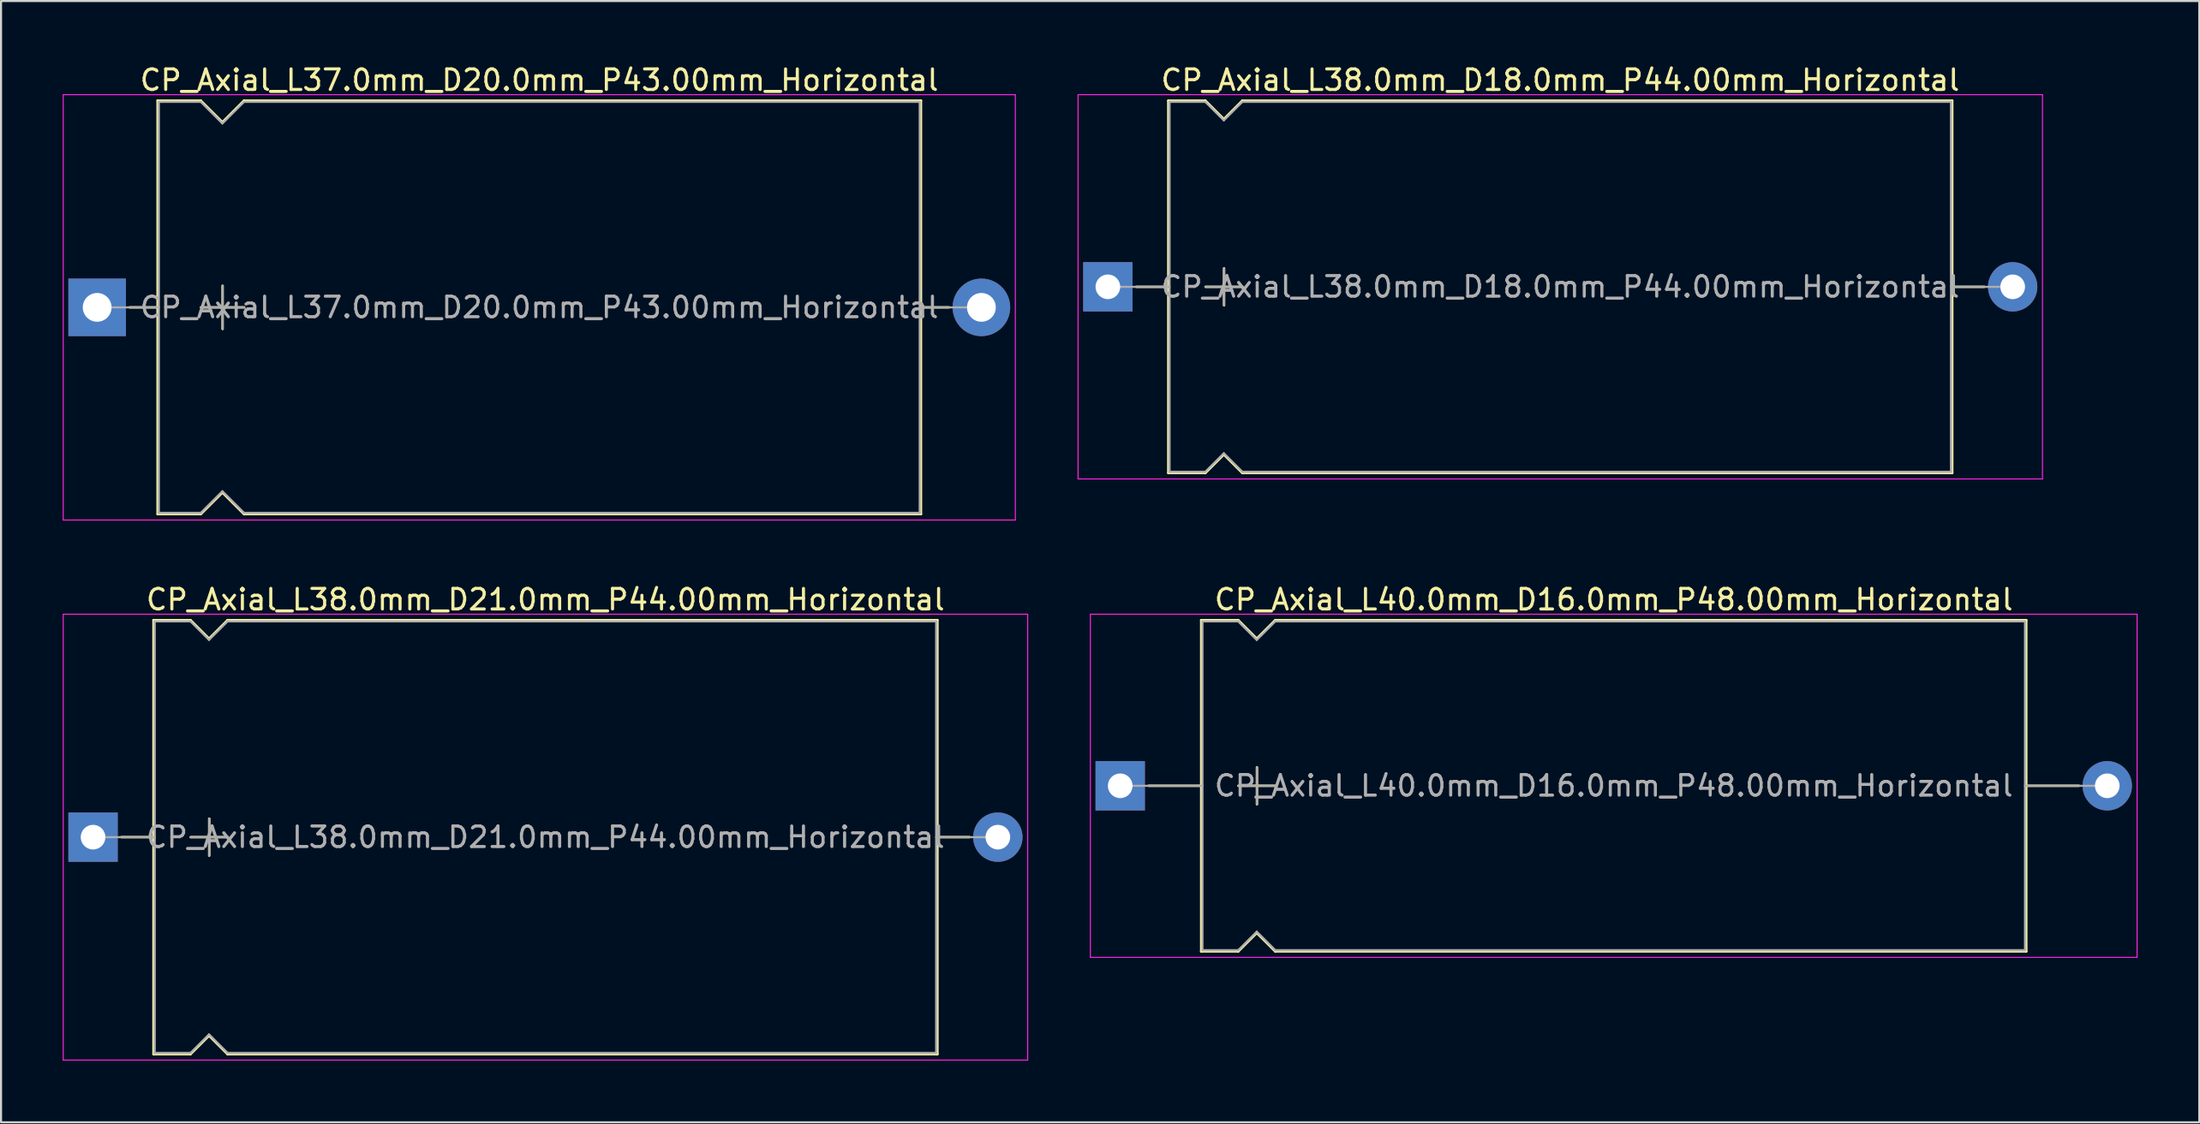
<source format=kicad_pcb>
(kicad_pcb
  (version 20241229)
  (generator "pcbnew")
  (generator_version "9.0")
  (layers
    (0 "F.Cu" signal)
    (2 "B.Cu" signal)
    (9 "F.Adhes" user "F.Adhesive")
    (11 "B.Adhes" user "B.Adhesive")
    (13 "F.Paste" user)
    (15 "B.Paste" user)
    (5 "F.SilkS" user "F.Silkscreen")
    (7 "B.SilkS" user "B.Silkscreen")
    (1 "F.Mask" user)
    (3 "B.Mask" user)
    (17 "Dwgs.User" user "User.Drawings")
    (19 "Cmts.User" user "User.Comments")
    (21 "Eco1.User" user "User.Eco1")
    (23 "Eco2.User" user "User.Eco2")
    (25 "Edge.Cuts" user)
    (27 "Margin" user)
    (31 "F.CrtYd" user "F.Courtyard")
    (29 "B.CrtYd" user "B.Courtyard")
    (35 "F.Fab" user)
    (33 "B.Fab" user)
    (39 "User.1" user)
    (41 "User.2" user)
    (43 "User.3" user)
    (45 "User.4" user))
  (footprint "CP_Axial_L37.0mm_D20.0mm_P43.00mm_Horizontal"
    (layer "F.Cu")
    (at 1.675 11.908)
    (property "Reference" "CP_Axial_L37.0mm_D20.0mm_P43.00mm_Horizontal" (at 21.5 -11.06 0) (layer "F.SilkS") (effects (font (size 1 1) (thickness 0.15))))
    (attr through_hole)
    (fp_line (start 1.58 0) (end 2.94 0) (stroke (width 0.12) (type solid)) (layer "F.SilkS"))
    (fp_line (start 2.94 -10.06) (end 2.94 10.06) (stroke (width 0.12) (type solid)) (layer "F.SilkS"))
    (fp_line (start 2.94 -10.06) (end 5.04 -10.06) (stroke (width 0.12) (type solid)) (layer "F.SilkS"))
    (fp_line (start 2.94 10.06) (end 5.04 10.06) (stroke (width 0.12) (type solid)) (layer "F.SilkS"))
    (fp_line (start 5.04 -10.06) (end 6.09 -9.01) (stroke (width 0.12) (type solid)) (layer "F.SilkS"))
    (fp_line (start 5.04 10.06) (end 6.09 9.01) (stroke (width 0.12) (type solid)) (layer "F.SilkS"))
    (fp_line (start 5.05 0) (end 7.15 0) (stroke (width 0.12) (type solid)) (layer "F.SilkS"))
    (fp_line (start 6.09 -9.01) (end 7.14 -10.06) (stroke (width 0.12) (type solid)) (layer "F.SilkS"))
    (fp_line (start 6.09 9.01) (end 7.14 10.06) (stroke (width 0.12) (type solid)) (layer "F.SilkS"))
    (fp_line (start 6.1 -1.05) (end 6.1 1.05) (stroke (width 0.12) (type solid)) (layer "F.SilkS"))
    (fp_line (start 7.14 -10.06) (end 40.06 -10.06) (stroke (width 0.12) (type solid)) (layer "F.SilkS"))
    (fp_line (start 7.14 10.06) (end 40.06 10.06) (stroke (width 0.12) (type solid)) (layer "F.SilkS"))
    (fp_line (start 40.06 -10.06) (end 40.06 10.06) (stroke (width 0.12) (type solid)) (layer "F.SilkS"))
    (fp_line (start 41.42 0) (end 40.06 0) (stroke (width 0.12) (type solid)) (layer "F.SilkS"))
    (fp_line (start -1.65 -10.35) (end -1.65 10.35) (stroke (width 0.05) (type solid)) (layer "F.CrtYd"))
    (fp_line (start -1.65 10.35) (end 44.65 10.35) (stroke (width 0.05) (type solid)) (layer "F.CrtYd"))
    (fp_line (start 44.65 -10.35) (end -1.65 -10.35) (stroke (width 0.05) (type solid)) (layer "F.CrtYd"))
    (fp_line (start 44.65 10.35) (end 44.65 -10.35) (stroke (width 0.05) (type solid)) (layer "F.CrtYd"))
    (fp_line (start 0 0) (end 3 0) (stroke (width 0.1) (type solid)) (layer "F.Fab"))
    (fp_line (start 3 -10) (end 3 10) (stroke (width 0.1) (type solid)) (layer "F.Fab"))
    (fp_line (start 3 -10) (end 5.04 -10) (stroke (width 0.1) (type solid)) (layer "F.Fab"))
    (fp_line (start 3 10) (end 5.04 10) (stroke (width 0.1) (type solid)) (layer "F.Fab"))
    (fp_line (start 5.04 -10) (end 6.09 -8.95) (stroke (width 0.1) (type solid)) (layer "F.Fab"))
    (fp_line (start 5.04 10) (end 6.09 8.95) (stroke (width 0.1) (type solid)) (layer "F.Fab"))
    (fp_line (start 5.05 0) (end 7.15 0) (stroke (width 0.1) (type solid)) (layer "F.Fab"))
    (fp_line (start 6.09 -8.95) (end 7.14 -10) (stroke (width 0.1) (type solid)) (layer "F.Fab"))
    (fp_line (start 6.09 8.95) (end 7.14 10) (stroke (width 0.1) (type solid)) (layer "F.Fab"))
    (fp_line (start 6.1 -1.05) (end 6.1 1.05) (stroke (width 0.1) (type solid)) (layer "F.Fab"))
    (fp_line (start 7.14 -10) (end 40 -10) (stroke (width 0.1) (type solid)) (layer "F.Fab"))
    (fp_line (start 7.14 10) (end 40 10) (stroke (width 0.1) (type solid)) (layer "F.Fab"))
    (fp_line (start 40 -10) (end 40 10) (stroke (width 0.1) (type solid)) (layer "F.Fab"))
    (fp_line (start 43 0) (end 40 0) (stroke (width 0.1) (type solid)) (layer "F.Fab"))
    (fp_text user "${REFERENCE}" (at 21.5 0 0) (layer "F.Fab") (effects (font (size 1 1) (thickness 0.15))))
    (pad "1" thru_hole rect (at 0 0) (size 2.8 2.8) (drill 1.4) (layers "*.Cu" "*.Mask"))
    (pad "2" thru_hole oval (at 43 0) (size 2.8 2.8) (drill 1.4) (layers "*.Cu" "*.Mask")))
  (footprint "CP_Axial_L38.0mm_D21.0mm_P44.00mm_Horizontal"
    (layer "F.Cu")
    (at 1.475 37.691)
    (property "Reference" "CP_Axial_L38.0mm_D21.0mm_P44.00mm_Horizontal" (at 22 -11.56 0) (layer "F.SilkS") (effects (font (size 1 1) (thickness 0.15))))
    (attr through_hole)
    (fp_line (start 1.38 0) (end 2.94 0) (stroke (width 0.12) (type solid)) (layer "F.SilkS"))
    (fp_line (start 2.94 -10.56) (end 2.94 10.56) (stroke (width 0.12) (type solid)) (layer "F.SilkS"))
    (fp_line (start 2.94 -10.56) (end 4.74 -10.56) (stroke (width 0.12) (type solid)) (layer "F.SilkS"))
    (fp_line (start 2.94 10.56) (end 4.74 10.56) (stroke (width 0.12) (type solid)) (layer "F.SilkS"))
    (fp_line (start 4.74 -10.56) (end 5.64 -9.66) (stroke (width 0.12) (type solid)) (layer "F.SilkS"))
    (fp_line (start 4.74 10.56) (end 5.64 9.66) (stroke (width 0.12) (type solid)) (layer "F.SilkS"))
    (fp_line (start 4.75 0) (end 6.55 0) (stroke (width 0.12) (type solid)) (layer "F.SilkS"))
    (fp_line (start 5.64 -9.66) (end 6.54 -10.56) (stroke (width 0.12) (type solid)) (layer "F.SilkS"))
    (fp_line (start 5.64 9.66) (end 6.54 10.56) (stroke (width 0.12) (type solid)) (layer "F.SilkS"))
    (fp_line (start 5.65 -0.9) (end 5.65 0.9) (stroke (width 0.12) (type solid)) (layer "F.SilkS"))
    (fp_line (start 6.54 -10.56) (end 41.06 -10.56) (stroke (width 0.12) (type solid)) (layer "F.SilkS"))
    (fp_line (start 6.54 10.56) (end 41.06 10.56) (stroke (width 0.12) (type solid)) (layer "F.SilkS"))
    (fp_line (start 41.06 -10.56) (end 41.06 10.56) (stroke (width 0.12) (type solid)) (layer "F.SilkS"))
    (fp_line (start 42.62 0) (end 41.06 0) (stroke (width 0.12) (type solid)) (layer "F.SilkS"))
    (fp_line (start -1.45 -10.85) (end -1.45 10.85) (stroke (width 0.05) (type solid)) (layer "F.CrtYd"))
    (fp_line (start -1.45 10.85) (end 45.45 10.85) (stroke (width 0.05) (type solid)) (layer "F.CrtYd"))
    (fp_line (start 45.45 -10.85) (end -1.45 -10.85) (stroke (width 0.05) (type solid)) (layer "F.CrtYd"))
    (fp_line (start 45.45 10.85) (end 45.45 -10.85) (stroke (width 0.05) (type solid)) (layer "F.CrtYd"))
    (fp_line (start 0 0) (end 3 0) (stroke (width 0.1) (type solid)) (layer "F.Fab"))
    (fp_line (start 3 -10.5) (end 3 10.5) (stroke (width 0.1) (type solid)) (layer "F.Fab"))
    (fp_line (start 3 -10.5) (end 4.74 -10.5) (stroke (width 0.1) (type solid)) (layer "F.Fab"))
    (fp_line (start 3 10.5) (end 4.74 10.5) (stroke (width 0.1) (type solid)) (layer "F.Fab"))
    (fp_line (start 4.74 -10.5) (end 5.64 -9.6) (stroke (width 0.1) (type solid)) (layer "F.Fab"))
    (fp_line (start 4.74 10.5) (end 5.64 9.6) (stroke (width 0.1) (type solid)) (layer "F.Fab"))
    (fp_line (start 4.75 0) (end 6.55 0) (stroke (width 0.1) (type solid)) (layer "F.Fab"))
    (fp_line (start 5.64 -9.6) (end 6.54 -10.5) (stroke (width 0.1) (type solid)) (layer "F.Fab"))
    (fp_line (start 5.64 9.6) (end 6.54 10.5) (stroke (width 0.1) (type solid)) (layer "F.Fab"))
    (fp_line (start 5.65 -0.9) (end 5.65 0.9) (stroke (width 0.1) (type solid)) (layer "F.Fab"))
    (fp_line (start 6.54 -10.5) (end 41 -10.5) (stroke (width 0.1) (type solid)) (layer "F.Fab"))
    (fp_line (start 6.54 10.5) (end 41 10.5) (stroke (width 0.1) (type solid)) (layer "F.Fab"))
    (fp_line (start 41 -10.5) (end 41 10.5) (stroke (width 0.1) (type solid)) (layer "F.Fab"))
    (fp_line (start 44 0) (end 41 0) (stroke (width 0.1) (type solid)) (layer "F.Fab"))
    (fp_text user "${REFERENCE}" (at 22 0 0) (layer "F.Fab") (effects (font (size 1 1) (thickness 0.15))))
    (pad "1" thru_hole rect (at 0 0) (size 2.4 2.4) (drill 1.2) (layers "*.Cu" "*.Mask"))
    (pad "2" thru_hole oval (at 44 0) (size 2.4 2.4) (drill 1.2) (layers "*.Cu" "*.Mask")))
  (footprint "CP_Axial_L38.0mm_D18.0mm_P44.00mm_Horizontal"
    (layer "F.Cu")
    (at 50.825 10.908)
    (property "Reference" "CP_Axial_L38.0mm_D18.0mm_P44.00mm_Horizontal" (at 22 -10.06 0) (layer "F.SilkS") (effects (font (size 1 1) (thickness 0.15))))
    (attr through_hole)
    (fp_line (start 1.38 0) (end 2.94 0) (stroke (width 0.12) (type solid)) (layer "F.SilkS"))
    (fp_line (start 2.94 -9.06) (end 2.94 9.06) (stroke (width 0.12) (type solid)) (layer "F.SilkS"))
    (fp_line (start 2.94 -9.06) (end 4.74 -9.06) (stroke (width 0.12) (type solid)) (layer "F.SilkS"))
    (fp_line (start 2.94 9.06) (end 4.74 9.06) (stroke (width 0.12) (type solid)) (layer "F.SilkS"))
    (fp_line (start 4.74 -9.06) (end 5.64 -8.16) (stroke (width 0.12) (type solid)) (layer "F.SilkS"))
    (fp_line (start 4.74 9.06) (end 5.64 8.16) (stroke (width 0.12) (type solid)) (layer "F.SilkS"))
    (fp_line (start 4.75 0) (end 6.55 0) (stroke (width 0.12) (type solid)) (layer "F.SilkS"))
    (fp_line (start 5.64 -8.16) (end 6.54 -9.06) (stroke (width 0.12) (type solid)) (layer "F.SilkS"))
    (fp_line (start 5.64 8.16) (end 6.54 9.06) (stroke (width 0.12) (type solid)) (layer "F.SilkS"))
    (fp_line (start 5.65 -0.9) (end 5.65 0.9) (stroke (width 0.12) (type solid)) (layer "F.SilkS"))
    (fp_line (start 6.54 -9.06) (end 41.06 -9.06) (stroke (width 0.12) (type solid)) (layer "F.SilkS"))
    (fp_line (start 6.54 9.06) (end 41.06 9.06) (stroke (width 0.12) (type solid)) (layer "F.SilkS"))
    (fp_line (start 41.06 -9.06) (end 41.06 9.06) (stroke (width 0.12) (type solid)) (layer "F.SilkS"))
    (fp_line (start 42.62 0) (end 41.06 0) (stroke (width 0.12) (type solid)) (layer "F.SilkS"))
    (fp_line (start -1.45 -9.35) (end -1.45 9.35) (stroke (width 0.05) (type solid)) (layer "F.CrtYd"))
    (fp_line (start -1.45 9.35) (end 45.45 9.35) (stroke (width 0.05) (type solid)) (layer "F.CrtYd"))
    (fp_line (start 45.45 -9.35) (end -1.45 -9.35) (stroke (width 0.05) (type solid)) (layer "F.CrtYd"))
    (fp_line (start 45.45 9.35) (end 45.45 -9.35) (stroke (width 0.05) (type solid)) (layer "F.CrtYd"))
    (fp_line (start 0 0) (end 3 0) (stroke (width 0.1) (type solid)) (layer "F.Fab"))
    (fp_line (start 3 -9) (end 3 9) (stroke (width 0.1) (type solid)) (layer "F.Fab"))
    (fp_line (start 3 -9) (end 4.74 -9) (stroke (width 0.1) (type solid)) (layer "F.Fab"))
    (fp_line (start 3 9) (end 4.74 9) (stroke (width 0.1) (type solid)) (layer "F.Fab"))
    (fp_line (start 4.74 -9) (end 5.64 -8.1) (stroke (width 0.1) (type solid)) (layer "F.Fab"))
    (fp_line (start 4.74 9) (end 5.64 8.1) (stroke (width 0.1) (type solid)) (layer "F.Fab"))
    (fp_line (start 4.75 0) (end 6.55 0) (stroke (width 0.1) (type solid)) (layer "F.Fab"))
    (fp_line (start 5.64 -8.1) (end 6.54 -9) (stroke (width 0.1) (type solid)) (layer "F.Fab"))
    (fp_line (start 5.64 8.1) (end 6.54 9) (stroke (width 0.1) (type solid)) (layer "F.Fab"))
    (fp_line (start 5.65 -0.9) (end 5.65 0.9) (stroke (width 0.1) (type solid)) (layer "F.Fab"))
    (fp_line (start 6.54 -9) (end 41 -9) (stroke (width 0.1) (type solid)) (layer "F.Fab"))
    (fp_line (start 6.54 9) (end 41 9) (stroke (width 0.1) (type solid)) (layer "F.Fab"))
    (fp_line (start 41 -9) (end 41 9) (stroke (width 0.1) (type solid)) (layer "F.Fab"))
    (fp_line (start 44 0) (end 41 0) (stroke (width 0.1) (type solid)) (layer "F.Fab"))
    (fp_text user "${REFERENCE}" (at 22 0 0) (layer "F.Fab") (effects (font (size 1 1) (thickness 0.15))))
    (pad "1" thru_hole rect (at 0 0) (size 2.4 2.4) (drill 1.2) (layers "*.Cu" "*.Mask"))
    (pad "2" thru_hole oval (at 44 0) (size 2.4 2.4) (drill 1.2) (layers "*.Cu" "*.Mask")))
  (footprint "CP_Axial_L40.0mm_D16.0mm_P48.00mm_Horizontal"
    (layer "F.Cu")
    (at 51.425 35.191)
    (property "Reference" "CP_Axial_L40.0mm_D16.0mm_P48.00mm_Horizontal" (at 24 -9.06 0) (layer "F.SilkS") (effects (font (size 1 1) (thickness 0.15))))
    (attr through_hole)
    (fp_line (start 1.38 0) (end 3.94 0) (stroke (width 0.12) (type solid)) (layer "F.SilkS"))
    (fp_line (start 3.94 -8.06) (end 3.94 8.06) (stroke (width 0.12) (type solid)) (layer "F.SilkS"))
    (fp_line (start 3.94 -8.06) (end 5.74 -8.06) (stroke (width 0.12) (type solid)) (layer "F.SilkS"))
    (fp_line (start 3.94 8.06) (end 5.74 8.06) (stroke (width 0.12) (type solid)) (layer "F.SilkS"))
    (fp_line (start 5.74 -8.06) (end 6.64 -7.16) (stroke (width 0.12) (type solid)) (layer "F.SilkS"))
    (fp_line (start 5.74 8.06) (end 6.64 7.16) (stroke (width 0.12) (type solid)) (layer "F.SilkS"))
    (fp_line (start 5.75 0) (end 7.55 0) (stroke (width 0.12) (type solid)) (layer "F.SilkS"))
    (fp_line (start 6.64 -7.16) (end 7.54 -8.06) (stroke (width 0.12) (type solid)) (layer "F.SilkS"))
    (fp_line (start 6.64 7.16) (end 7.54 8.06) (stroke (width 0.12) (type solid)) (layer "F.SilkS"))
    (fp_line (start 6.65 -0.9) (end 6.65 0.9) (stroke (width 0.12) (type solid)) (layer "F.SilkS"))
    (fp_line (start 7.54 -8.06) (end 44.06 -8.06) (stroke (width 0.12) (type solid)) (layer "F.SilkS"))
    (fp_line (start 7.54 8.06) (end 44.06 8.06) (stroke (width 0.12) (type solid)) (layer "F.SilkS"))
    (fp_line (start 44.06 -8.06) (end 44.06 8.06) (stroke (width 0.12) (type solid)) (layer "F.SilkS"))
    (fp_line (start 46.62 0) (end 44.06 0) (stroke (width 0.12) (type solid)) (layer "F.SilkS"))
    (fp_line (start -1.45 -8.35) (end -1.45 8.35) (stroke (width 0.05) (type solid)) (layer "F.CrtYd"))
    (fp_line (start -1.45 8.35) (end 49.45 8.35) (stroke (width 0.05) (type solid)) (layer "F.CrtYd"))
    (fp_line (start 49.45 -8.35) (end -1.45 -8.35) (stroke (width 0.05) (type solid)) (layer "F.CrtYd"))
    (fp_line (start 49.45 8.35) (end 49.45 -8.35) (stroke (width 0.05) (type solid)) (layer "F.CrtYd"))
    (fp_line (start 0 0) (end 4 0) (stroke (width 0.1) (type solid)) (layer "F.Fab"))
    (fp_line (start 4 -8) (end 4 8) (stroke (width 0.1) (type solid)) (layer "F.Fab"))
    (fp_line (start 4 -8) (end 5.74 -8) (stroke (width 0.1) (type solid)) (layer "F.Fab"))
    (fp_line (start 4 8) (end 5.74 8) (stroke (width 0.1) (type solid)) (layer "F.Fab"))
    (fp_line (start 5.74 -8) (end 6.64 -7.1) (stroke (width 0.1) (type solid)) (layer "F.Fab"))
    (fp_line (start 5.74 8) (end 6.64 7.1) (stroke (width 0.1) (type solid)) (layer "F.Fab"))
    (fp_line (start 5.75 0) (end 7.55 0) (stroke (width 0.1) (type solid)) (layer "F.Fab"))
    (fp_line (start 6.64 -7.1) (end 7.54 -8) (stroke (width 0.1) (type solid)) (layer "F.Fab"))
    (fp_line (start 6.64 7.1) (end 7.54 8) (stroke (width 0.1) (type solid)) (layer "F.Fab"))
    (fp_line (start 6.65 -0.9) (end 6.65 0.9) (stroke (width 0.1) (type solid)) (layer "F.Fab"))
    (fp_line (start 7.54 -8) (end 44 -8) (stroke (width 0.1) (type solid)) (layer "F.Fab"))
    (fp_line (start 7.54 8) (end 44 8) (stroke (width 0.1) (type solid)) (layer "F.Fab"))
    (fp_line (start 44 -8) (end 44 8) (stroke (width 0.1) (type solid)) (layer "F.Fab"))
    (fp_line (start 48 0) (end 44 0) (stroke (width 0.1) (type solid)) (layer "F.Fab"))
    (fp_text user "${REFERENCE}" (at 24 0 0) (layer "F.Fab") (effects (font (size 1 1) (thickness 0.15))))
    (pad "1" thru_hole rect (at 0 0) (size 2.4 2.4) (drill 1.2) (layers "*.Cu" "*.Mask"))
    (pad "2" thru_hole oval (at 48 0) (size 2.4 2.4) (drill 1.2) (layers "*.Cu" "*.Mask")))
  (gr_rect
    (start -3 -3)
    (end 103.9 51.566)
    (stroke (width 0.1) (type default))
    (fill no)
    (layer "Edge.Cuts")))
</source>
